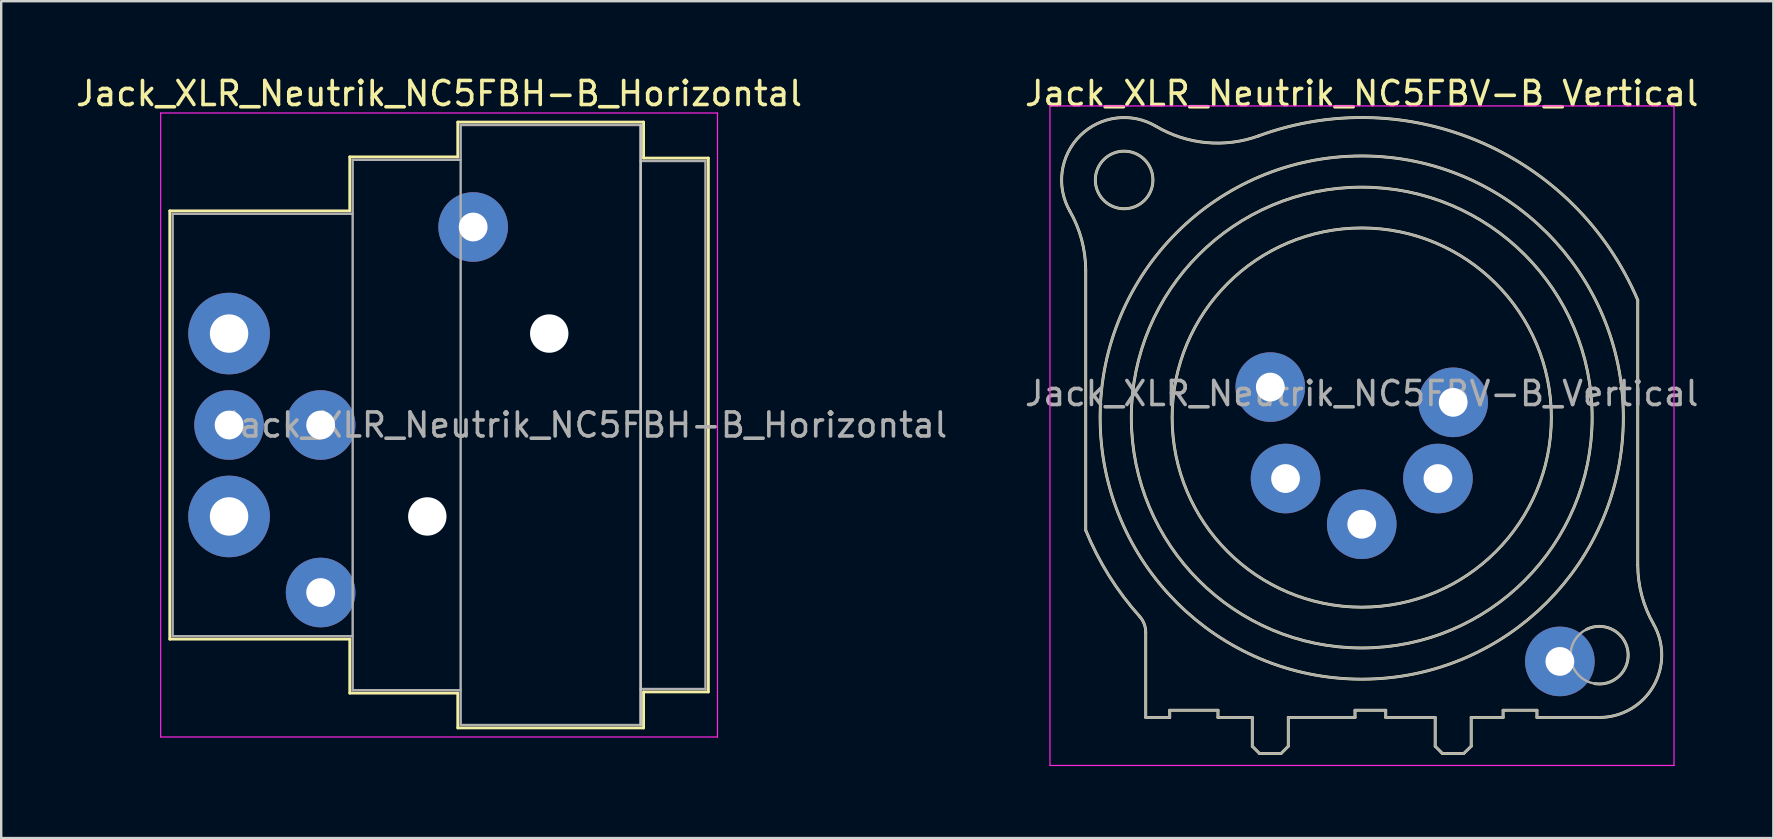
<source format=kicad_pcb>
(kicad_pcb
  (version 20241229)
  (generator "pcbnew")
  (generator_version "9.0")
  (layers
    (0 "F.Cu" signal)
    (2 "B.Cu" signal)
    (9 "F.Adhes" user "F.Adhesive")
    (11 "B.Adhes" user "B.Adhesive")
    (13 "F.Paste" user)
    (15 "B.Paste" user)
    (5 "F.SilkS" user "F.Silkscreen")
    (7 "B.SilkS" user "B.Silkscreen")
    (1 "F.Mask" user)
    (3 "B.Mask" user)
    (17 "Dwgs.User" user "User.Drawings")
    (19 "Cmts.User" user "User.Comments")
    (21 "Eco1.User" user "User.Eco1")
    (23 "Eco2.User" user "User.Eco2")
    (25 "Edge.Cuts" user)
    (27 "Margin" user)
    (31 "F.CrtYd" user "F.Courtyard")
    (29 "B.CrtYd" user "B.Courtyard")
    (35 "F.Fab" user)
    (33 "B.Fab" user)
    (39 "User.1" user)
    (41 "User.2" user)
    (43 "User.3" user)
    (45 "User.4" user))
  (footprint "Jack_XLR_Neutrik_NC5FBH-B_Horizontal"
    (layer "F.Cu")
    (at 6.494 10.848)
    (property "Reference" "Jack_XLR_Neutrik_NC5FBH-B_Horizontal" (at 8.75 -10 0) (layer "F.SilkS") (effects (font (size 1 1) (thickness 0.15))))
    (attr through_hole)
    (fp_line (start -2.47 -5.11) (end -2.47 12.73) (stroke (width 0.12) (type solid)) (layer "F.SilkS"))
    (fp_line (start 5.03 -5.11) (end -2.47 -5.11) (stroke (width 0.12) (type solid)) (layer "F.SilkS"))
    (fp_line (start 5.03 -5.11) (end 5.03 -7.36) (stroke (width 0.12) (type solid)) (layer "F.SilkS"))
    (fp_line (start 5.03 12.73) (end -2.47 12.73) (stroke (width 0.12) (type solid)) (layer "F.SilkS"))
    (fp_line (start 5.03 12.73) (end 5.03 14.98) (stroke (width 0.12) (type solid)) (layer "F.SilkS"))
    (fp_line (start 9.53 -7.36) (end 5.03 -7.36) (stroke (width 0.12) (type solid)) (layer "F.SilkS"))
    (fp_line (start 9.53 -7.36) (end 9.53 -8.81) (stroke (width 0.12) (type solid)) (layer "F.SilkS"))
    (fp_line (start 9.53 14.98) (end 5.03 14.98) (stroke (width 0.12) (type solid)) (layer "F.SilkS"))
    (fp_line (start 9.53 16.43) (end 9.53 14.98) (stroke (width 0.12) (type solid)) (layer "F.SilkS"))
    (fp_line (start 17.27 -8.81) (end 9.53 -8.81) (stroke (width 0.12) (type solid)) (layer "F.SilkS"))
    (fp_line (start 17.27 -8.81) (end 17.27 -7.31) (stroke (width 0.12) (type solid)) (layer "F.SilkS"))
    (fp_line (start 17.27 -7.31) (end 19.97 -7.31) (stroke (width 0.12) (type solid)) (layer "F.SilkS"))
    (fp_line (start 17.27 14.93) (end 17.27 16.43) (stroke (width 0.12) (type solid)) (layer "F.SilkS"))
    (fp_line (start 17.27 14.93) (end 19.97 14.93) (stroke (width 0.12) (type solid)) (layer "F.SilkS"))
    (fp_line (start 17.27 16.43) (end 9.53 16.43) (stroke (width 0.12) (type solid)) (layer "F.SilkS"))
    (fp_line (start 19.97 -7.31) (end 19.97 14.93) (stroke (width 0.12) (type solid)) (layer "F.SilkS"))
    (fp_line (start 17.15 -8.69) (end 17.15 16.31) (stroke (width 0.1) (type solid)) (layer "Dwgs.User"))
    (fp_line (start -2.85 -9.19) (end -2.85 16.81) (stroke (width 0.05) (type solid)) (layer "F.CrtYd"))
    (fp_line (start 20.35 -9.19) (end -2.85 -9.19) (stroke (width 0.05) (type solid)) (layer "F.CrtYd"))
    (fp_line (start 20.35 -9.19) (end 20.35 16.81) (stroke (width 0.05) (type solid)) (layer "F.CrtYd"))
    (fp_line (start 20.35 16.81) (end -2.85 16.81) (stroke (width 0.05) (type solid)) (layer "F.CrtYd"))
    (fp_line (start -2.35 -4.99) (end -2.35 12.61) (stroke (width 0.1) (type solid)) (layer "F.Fab"))
    (fp_line (start 5.15 -4.99) (end -2.35 -4.99) (stroke (width 0.1) (type solid)) (layer "F.Fab"))
    (fp_line (start 5.15 12.61) (end -2.35 12.61) (stroke (width 0.1) (type solid)) (layer "F.Fab"))
    (fp_line (start 5.15 14.86) (end 5.15 -7.24) (stroke (width 0.1) (type solid)) (layer "F.Fab"))
    (fp_line (start 5.15 14.86) (end 9.65 14.86) (stroke (width 0.1) (type solid)) (layer "F.Fab"))
    (fp_line (start 9.65 -8.69) (end 17.15 -8.69) (stroke (width 0.1) (type solid)) (layer "F.Fab"))
    (fp_line (start 9.65 -7.24) (end 5.15 -7.24) (stroke (width 0.1) (type solid)) (layer "F.Fab"))
    (fp_line (start 9.65 16.31) (end 9.65 -8.69) (stroke (width 0.1) (type solid)) (layer "F.Fab"))
    (fp_line (start 17.15 -8.69) (end 17.15 16.31) (stroke (width 0.1) (type solid)) (layer "F.Fab"))
    (fp_line (start 17.15 -7.19) (end 19.85 -7.19) (stroke (width 0.1) (type solid)) (layer "F.Fab"))
    (fp_line (start 17.15 16.31) (end 9.65 16.31) (stroke (width 0.1) (type solid)) (layer "F.Fab"))
    (fp_line (start 19.85 -7.19) (end 19.85 14.81) (stroke (width 0.1) (type solid)) (layer "F.Fab"))
    (fp_line (start 19.85 14.81) (end 17.15 14.81) (stroke (width 0.1) (type solid)) (layer "F.Fab"))
    (fp_text user "${REFERENCE}" (at 14.8 3.81 0) (layer "F.Fab") (effects (font (size 1 1) (thickness 0.15))))
    (pad "" np_thru_hole circle (at 8.26 7.62) (size 1.6 1.6) (drill 1.6) (layers "*.Cu" "*.Mask"))
    (pad "" np_thru_hole circle (at 13.34 0) (size 1.6 1.6) (drill 1.6) (layers "*.Cu" "*.Mask"))
    (pad "1" thru_hole circle (at 0 0) (size 3.4 3.4) (drill 1.6) (layers "*.Cu" "*.Mask"))
    (pad "2" thru_hole circle (at 3.815 3.81) (size 2.9 2.9) (drill 1.2) (layers "*.Cu" "*.Mask"))
    (pad "3" thru_hole circle (at 0 3.81) (size 2.9 2.9) (drill 1.2) (layers "*.Cu" "*.Mask"))
    (pad "4" thru_hole circle (at 3.815 10.79) (size 2.9 2.9) (drill 1.2) (layers "*.Cu" "*.Mask"))
    (pad "5" thru_hole circle (at 0 7.62) (size 3.4 3.4) (drill 1.6) (layers "*.Cu" "*.Mask"))
    (pad "G" thru_hole circle (at 10.17 -4.44) (size 2.9 2.9) (drill 1.2) (layers "*.Cu" "*.Mask")))
  (footprint "Jack_XLR_Neutrik_NC5FBV-B_Vertical"
    (layer "F.Cu")
    (at 57.497 13.713)
    (property "Reference" "Jack_XLR_Neutrik_NC5FBV-B_Vertical" (at -3.81 -12.865 0) (layer "F.SilkS") (effects (font (size 1 1) (thickness 0.15))))
    (attr through_hole)
    (fp_line (start -15.31 -5.5) (end -15.31 5.33) (stroke (width 0.12) (type solid)) (layer "F.SilkS"))
    (fp_line (start -12.81 9.58) (end -12.81 13.13) (stroke (width 0.12) (type solid)) (layer "F.SilkS"))
    (fp_line (start -11.81 12.83) (end -11.81 13.13) (stroke (width 0.12) (type solid)) (layer "F.SilkS"))
    (fp_line (start -11.81 12.83) (end -9.8 12.83) (stroke (width 0.12) (type solid)) (layer "F.SilkS"))
    (fp_line (start -11.81 13.13) (end -12.81 13.13) (stroke (width 0.12) (type solid)) (layer "F.SilkS"))
    (fp_line (start -9.8 12.83) (end -9.8 13.13) (stroke (width 0.12) (type solid)) (layer "F.SilkS"))
    (fp_line (start -8.37 13.13) (end -9.8 13.13) (stroke (width 0.12) (type solid)) (layer "F.SilkS"))
    (fp_line (start -8.37 13.13) (end -8.37 14.33) (stroke (width 0.12) (type solid)) (layer "F.SilkS"))
    (fp_line (start -8.37 14.33) (end -8.07 14.63) (stroke (width 0.12) (type solid)) (layer "F.SilkS"))
    (fp_line (start -8.07 14.63) (end -7.17 14.63) (stroke (width 0.12) (type solid)) (layer "F.SilkS"))
    (fp_line (start -6.87 13.13) (end -6.87 14.33) (stroke (width 0.12) (type solid)) (layer "F.SilkS"))
    (fp_line (start -6.87 14.33) (end -7.17 14.63) (stroke (width 0.12) (type solid)) (layer "F.SilkS"))
    (fp_line (start -4.09 12.83) (end -4.09 13.13) (stroke (width 0.12) (type solid)) (layer "F.SilkS"))
    (fp_line (start -4.09 12.83) (end -2.81 12.83) (stroke (width 0.12) (type solid)) (layer "F.SilkS"))
    (fp_line (start -4.09 13.13) (end -6.87 13.13) (stroke (width 0.12) (type solid)) (layer "F.SilkS"))
    (fp_line (start -2.81 12.83) (end -2.81 13.13) (stroke (width 0.12) (type solid)) (layer "F.SilkS"))
    (fp_line (start -0.75 13.13) (end -2.81 13.13) (stroke (width 0.12) (type solid)) (layer "F.SilkS"))
    (fp_line (start -0.75 13.13) (end -0.75 14.33) (stroke (width 0.12) (type solid)) (layer "F.SilkS"))
    (fp_line (start -0.75 14.33) (end -0.45 14.63) (stroke (width 0.12) (type solid)) (layer "F.SilkS"))
    (fp_line (start -0.45 14.63) (end 0.44 14.63) (stroke (width 0.12) (type solid)) (layer "F.SilkS"))
    (fp_line (start 0.75 13.13) (end 0.75 14.33) (stroke (width 0.12) (type solid)) (layer "F.SilkS"))
    (fp_line (start 0.75 14.33) (end 0.44 14.63) (stroke (width 0.12) (type solid)) (layer "F.SilkS"))
    (fp_line (start 2.08 12.83) (end 2.08 13.13) (stroke (width 0.12) (type solid)) (layer "F.SilkS"))
    (fp_line (start 2.08 12.83) (end 3.49 12.83) (stroke (width 0.12) (type solid)) (layer "F.SilkS"))
    (fp_line (start 2.08 13.13) (end 0.75 13.13) (stroke (width 0.12) (type solid)) (layer "F.SilkS"))
    (fp_line (start 3.49 12.83) (end 3.49 13.13) (stroke (width 0.12) (type solid)) (layer "F.SilkS"))
    (fp_line (start 6.09 13.13) (end 3.49 13.13) (stroke (width 0.12) (type solid)) (layer "F.SilkS"))
    (fp_line (start 7.69 6.77) (end 7.69 -4.26) (stroke (width 0.12) (type solid)) (layer "F.SilkS"))
    (fp_arc (start -15.978065 -7.979621) (mid -15.482459 -6.783342) (end -15.31 -5.5) (stroke (width 0.12) (type solid)) (layer "F.SilkS"))
    (fp_arc (start -15.970602 -7.965327) (mid -15.537562 -11.11648) (end -12.38 -11.5) (stroke (width 0.12) (type solid)) (layer "F.SilkS"))
    (fp_arc (start -13.064011 8.921714) (mid -12.875705 9.227203) (end -12.81 9.58) (stroke (width 0.12) (type solid)) (layer "F.SilkS"))
    (fp_arc (start -13.054249 8.9318) (mid -14.337308 7.228089) (end -15.31 5.33) (stroke (width 0.12) (type solid)) (layer "F.SilkS"))
    (fp_arc (start -8.116912 -11.097925) (mid 1.152301 -10.83612) (end 7.69 -4.26) (stroke (width 0.12) (type solid)) (layer "F.SilkS"))
    (fp_arc (start -8.098974 -11.103419) (mid -10.283992 -10.821287) (end -12.38 -11.5) (stroke (width 0.12) (type solid)) (layer "F.SilkS"))
    (fp_arc (start 5.554673 9.460872) (mid 7.276356 10.353655) (end 5.9 11.72) (stroke (width 0.12) (type solid)) (layer "F.SilkS"))
    (fp_arc (start 8.348442 9.241807) (mid 8.338255 11.83589) (end 6.09 13.13) (stroke (width 0.12) (type solid)) (layer "F.SilkS"))
    (fp_arc (start 8.351797 9.24598) (mid 7.859562 8.051113) (end 7.69 6.77) (stroke (width 0.12) (type solid)) (layer "F.SilkS"))
    (fp_circle (center -13.71 -9.265) (end -12.51 -9.265) (stroke (width 0.12) (type solid)) (fill no) (layer "F.SilkS"))
    (fp_circle (center -3.81 0.635) (end 4.09 0.635) (stroke (width 0.12) (type solid)) (fill no) (layer "F.SilkS"))
    (fp_circle (center -3.81 0.635) (end 5.79 0.635) (stroke (width 0.12) (type solid)) (fill no) (layer "F.SilkS"))
    (fp_circle (center -3.81 0.635) (end 7.09 0.635) (stroke (width 0.12) (type solid)) (fill no) (layer "F.SilkS"))
    (fp_line (start -16.8 -12.35) (end 9.2 -12.35) (stroke (width 0.05) (type solid)) (layer "F.CrtYd"))
    (fp_line (start -16.8 15.13) (end -16.8 -12.35) (stroke (width 0.05) (type solid)) (layer "F.CrtYd"))
    (fp_line (start 9.2 -12.35) (end 9.2 15.13) (stroke (width 0.05) (type solid)) (layer "F.CrtYd"))
    (fp_line (start 9.2 15.13) (end -16.8 15.13) (stroke (width 0.05) (type solid)) (layer "F.CrtYd"))
    (fp_line (start -15.31 -5.5) (end -15.31 5.33) (stroke (width 0.1) (type solid)) (layer "F.Fab"))
    (fp_line (start -12.81 9.58) (end -12.81 13.13) (stroke (width 0.1) (type solid)) (layer "F.Fab"))
    (fp_line (start -11.81 12.83) (end -11.81 13.13) (stroke (width 0.1) (type solid)) (layer "F.Fab"))
    (fp_line (start -11.81 12.83) (end -9.8 12.83) (stroke (width 0.1) (type solid)) (layer "F.Fab"))
    (fp_line (start -11.81 13.13) (end -12.81 13.13) (stroke (width 0.1) (type solid)) (layer "F.Fab"))
    (fp_line (start -9.8 12.83) (end -9.8 13.13) (stroke (width 0.1) (type solid)) (layer "F.Fab"))
    (fp_line (start -8.37 13.13) (end -9.8 13.13) (stroke (width 0.1) (type solid)) (layer "F.Fab"))
    (fp_line (start -8.37 13.13) (end -8.37 14.33) (stroke (width 0.1) (type solid)) (layer "F.Fab"))
    (fp_line (start -8.37 14.33) (end -8.07 14.63) (stroke (width 0.1) (type solid)) (layer "F.Fab"))
    (fp_line (start -8.07 14.63) (end -7.17 14.63) (stroke (width 0.1) (type solid)) (layer "F.Fab"))
    (fp_line (start -6.87 13.13) (end -6.87 14.33) (stroke (width 0.1) (type solid)) (layer "F.Fab"))
    (fp_line (start -6.87 14.33) (end -7.17 14.63) (stroke (width 0.1) (type solid)) (layer "F.Fab"))
    (fp_line (start -4.09 12.83) (end -4.09 13.13) (stroke (width 0.1) (type solid)) (layer "F.Fab"))
    (fp_line (start -4.09 12.83) (end -2.81 12.83) (stroke (width 0.1) (type solid)) (layer "F.Fab"))
    (fp_line (start -4.09 13.13) (end -6.87 13.13) (stroke (width 0.1) (type solid)) (layer "F.Fab"))
    (fp_line (start -2.81 12.83) (end -2.81 13.13) (stroke (width 0.1) (type solid)) (layer "F.Fab"))
    (fp_line (start -0.75 13.13) (end -2.81 13.13) (stroke (width 0.1) (type solid)) (layer "F.Fab"))
    (fp_line (start -0.75 13.13) (end -0.75 14.33) (stroke (width 0.1) (type solid)) (layer "F.Fab"))
    (fp_line (start -0.75 14.33) (end -0.45 14.63) (stroke (width 0.1) (type solid)) (layer "F.Fab"))
    (fp_line (start -0.45 14.63) (end 0.44 14.63) (stroke (width 0.1) (type solid)) (layer "F.Fab"))
    (fp_line (start 0.75 13.13) (end 0.75 14.33) (stroke (width 0.1) (type solid)) (layer "F.Fab"))
    (fp_line (start 0.75 14.33) (end 0.44 14.63) (stroke (width 0.1) (type solid)) (layer "F.Fab"))
    (fp_line (start 2.08 12.83) (end 2.08 13.13) (stroke (width 0.1) (type solid)) (layer "F.Fab"))
    (fp_line (start 2.08 12.83) (end 3.49 12.83) (stroke (width 0.1) (type solid)) (layer "F.Fab"))
    (fp_line (start 2.08 13.13) (end 0.75 13.13) (stroke (width 0.1) (type solid)) (layer "F.Fab"))
    (fp_line (start 3.49 12.83) (end 3.49 13.13) (stroke (width 0.1) (type solid)) (layer "F.Fab"))
    (fp_line (start 6.09 13.13) (end 3.49 13.13) (stroke (width 0.1) (type solid)) (layer "F.Fab"))
    (fp_line (start 7.69 6.77) (end 7.69 -4.26) (stroke (width 0.1) (type solid)) (layer "F.Fab"))
    (fp_arc (start -15.978065 -7.979621) (mid -15.482459 -6.783342) (end -15.31 -5.5) (stroke (width 0.1) (type solid)) (layer "F.Fab"))
    (fp_arc (start -15.970602 -7.965327) (mid -15.537562 -11.11648) (end -12.38 -11.5) (stroke (width 0.1) (type solid)) (layer "F.Fab"))
    (fp_arc (start -13.064011 8.921714) (mid -12.875705 9.227203) (end -12.81 9.58) (stroke (width 0.1) (type solid)) (layer "F.Fab"))
    (fp_arc (start -13.054249 8.9318) (mid -14.337308 7.228089) (end -15.31 5.33) (stroke (width 0.1) (type solid)) (layer "F.Fab"))
    (fp_arc (start -8.116912 -11.097925) (mid 1.152301 -10.83612) (end 7.69 -4.26) (stroke (width 0.1) (type solid)) (layer "F.Fab"))
    (fp_arc (start -8.098974 -11.103419) (mid -10.283992 -10.821287) (end -12.38 -11.5) (stroke (width 0.1) (type solid)) (layer "F.Fab"))
    (fp_arc (start 8.348442 9.241807) (mid 8.338255 11.83589) (end 6.09 13.13) (stroke (width 0.1) (type solid)) (layer "F.Fab"))
    (fp_arc (start 8.351797 9.24598) (mid 7.859562 8.051113) (end 7.69 6.77) (stroke (width 0.1) (type solid)) (layer "F.Fab"))
    (fp_circle (center -13.71 -9.265) (end -12.51 -9.265) (stroke (width 0.1) (type solid)) (fill no) (layer "F.Fab"))
    (fp_circle (center -3.81 0.635) (end 4.09 0.635) (stroke (width 0.1) (type solid)) (fill no) (layer "F.Fab"))
    (fp_circle (center -3.81 0.635) (end 5.79 0.635) (stroke (width 0.1) (type solid)) (fill no) (layer "F.Fab"))
    (fp_circle (center -3.81 0.635) (end 7.09 0.635) (stroke (width 0.1) (type solid)) (fill no) (layer "F.Fab"))
    (fp_circle (center 6.09 10.535) (end 7.29 10.535) (stroke (width 0.1) (type solid)) (fill no) (layer "F.Fab"))
    (fp_text user "${REFERENCE}" (at -3.81 -0.365 0) (layer "F.Fab") (effects (font (size 1 1) (thickness 0.15))))
    (pad "1" thru_hole circle (at 0 0) (size 2.9 2.9) (drill 1.2) (layers "*.Cu" "*.Mask"))
    (pad "2" thru_hole circle (at -0.635 3.175) (size 2.9 2.9) (drill 1.2) (layers "*.Cu" "*.Mask"))
    (pad "3" thru_hole circle (at -3.81 5.08) (size 2.9 2.9) (drill 1.2) (layers "*.Cu" "*.Mask"))
    (pad "4" thru_hole circle (at -6.985 3.175) (size 2.9 2.9) (drill 1.2) (layers "*.Cu" "*.Mask"))
    (pad "5" thru_hole circle (at -7.62 -0.635) (size 2.9 2.9) (drill 1.2) (layers "*.Cu" "*.Mask"))
    (pad "G" thru_hole circle (at 4.445 10.795) (size 2.9 2.9) (drill 1.2) (layers "*.Cu" "*.Mask")))
  (gr_rect
    (start -3 -3)
    (end 70.836 31.868)
    (stroke (width 0.1) (type default))
    (fill no)
    (layer "Edge.Cuts")))
</source>
